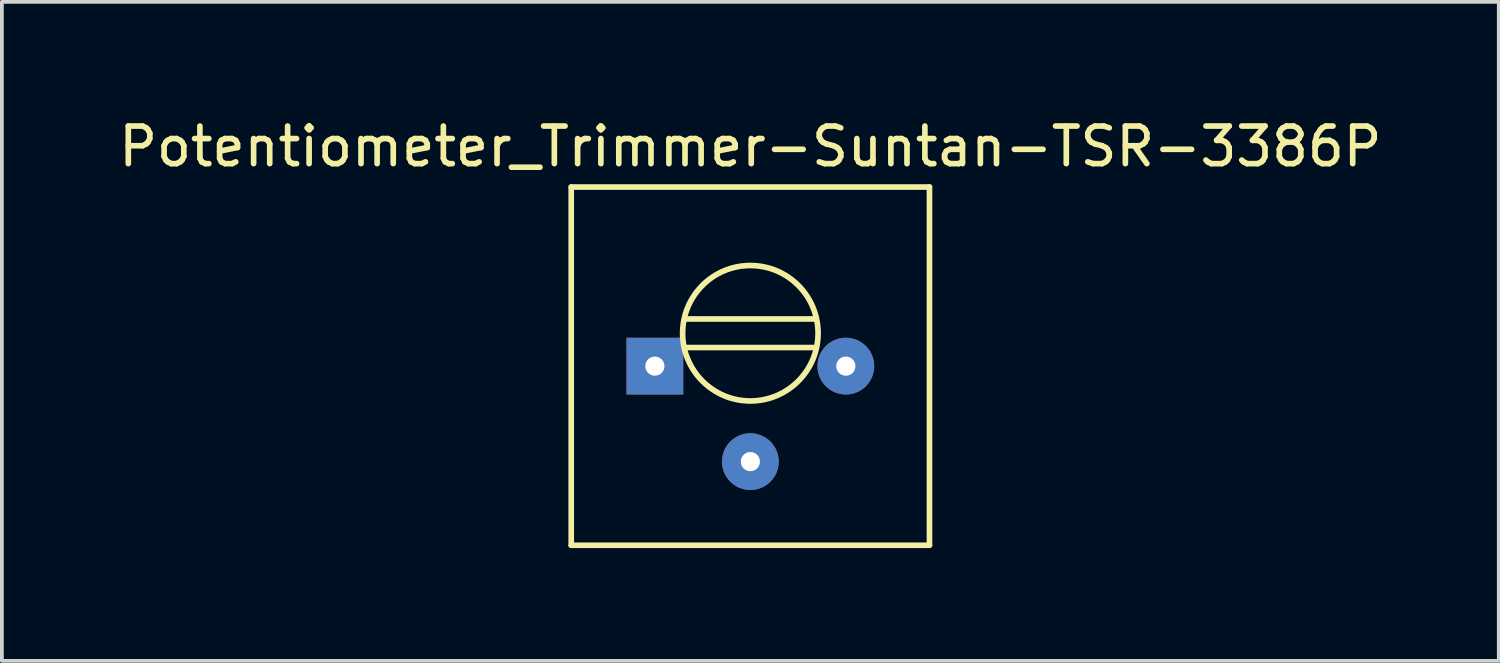
<source format=kicad_pcb>
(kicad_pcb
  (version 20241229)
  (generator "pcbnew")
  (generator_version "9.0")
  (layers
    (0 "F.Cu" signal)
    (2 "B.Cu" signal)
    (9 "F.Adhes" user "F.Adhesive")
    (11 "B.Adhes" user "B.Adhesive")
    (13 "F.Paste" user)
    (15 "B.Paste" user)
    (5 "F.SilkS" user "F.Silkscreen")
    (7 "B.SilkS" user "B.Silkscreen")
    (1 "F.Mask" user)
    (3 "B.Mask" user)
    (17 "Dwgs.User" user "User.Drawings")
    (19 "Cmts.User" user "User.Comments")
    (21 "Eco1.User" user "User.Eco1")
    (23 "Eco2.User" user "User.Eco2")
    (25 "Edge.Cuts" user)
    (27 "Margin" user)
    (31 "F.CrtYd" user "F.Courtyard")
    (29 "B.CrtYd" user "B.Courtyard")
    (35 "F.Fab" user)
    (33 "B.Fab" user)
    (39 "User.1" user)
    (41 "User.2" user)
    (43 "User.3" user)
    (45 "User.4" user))
  (footprint "Potentiometer_Trimmer-Suntan-TSR-3386P"
    (layer "F.Cu")
    (at 14.371 6.69)
    (property "Reference" "Potentiometer_Trimmer-Suntan-TSR-3386P" (at 2.54 -5.842 0) (layer "F.SilkS") (effects (font (size 1 1) (thickness 0.15))))
    (attr through_hole)
    (fp_line (start -2.225 -4.765) (end 7.305 -4.765) (stroke (width 0.15) (type solid)) (layer "F.SilkS"))
    (fp_line (start -2.225 4.765) (end -2.225 -4.765) (stroke (width 0.15) (type solid)) (layer "F.SilkS"))
    (fp_line (start 0.84 -1.255) (end 4.24 -1.255) (stroke (width 0.15) (type solid)) (layer "F.SilkS"))
    (fp_line (start 0.84 -0.495) (end 4.24 -0.495) (stroke (width 0.15) (type solid)) (layer "F.SilkS"))
    (fp_line (start 7.305 -4.765) (end 7.305 4.765) (stroke (width 0.15) (type solid)) (layer "F.SilkS"))
    (fp_line (start 7.305 4.765) (end -2.225 4.765) (stroke (width 0.15) (type solid)) (layer "F.SilkS"))
    (fp_circle (center 2.54 -0.875) (end 4.115 0) (stroke (width 0.15) (type solid)) (fill no) (layer "F.SilkS"))
    (pad "1" thru_hole rect (at 0 0) (size 1.51 1.51) (drill 0.51) (layers "*.Cu" "*.Mask"))
    (pad "2" thru_hole circle (at 2.54 2.54) (size 1.51 1.51) (drill 0.51) (layers "*.Cu" "*.Mask"))
    (pad "3" thru_hole circle (at 5.08 0) (size 1.51 1.51) (drill 0.51) (layers "*.Cu" "*.Mask")))
  (gr_rect
    (start -3 -3)
    (end 36.821 14.53)
    (stroke (width 0.1) (type default))
    (fill no)
    (layer "Edge.Cuts")))
</source>
